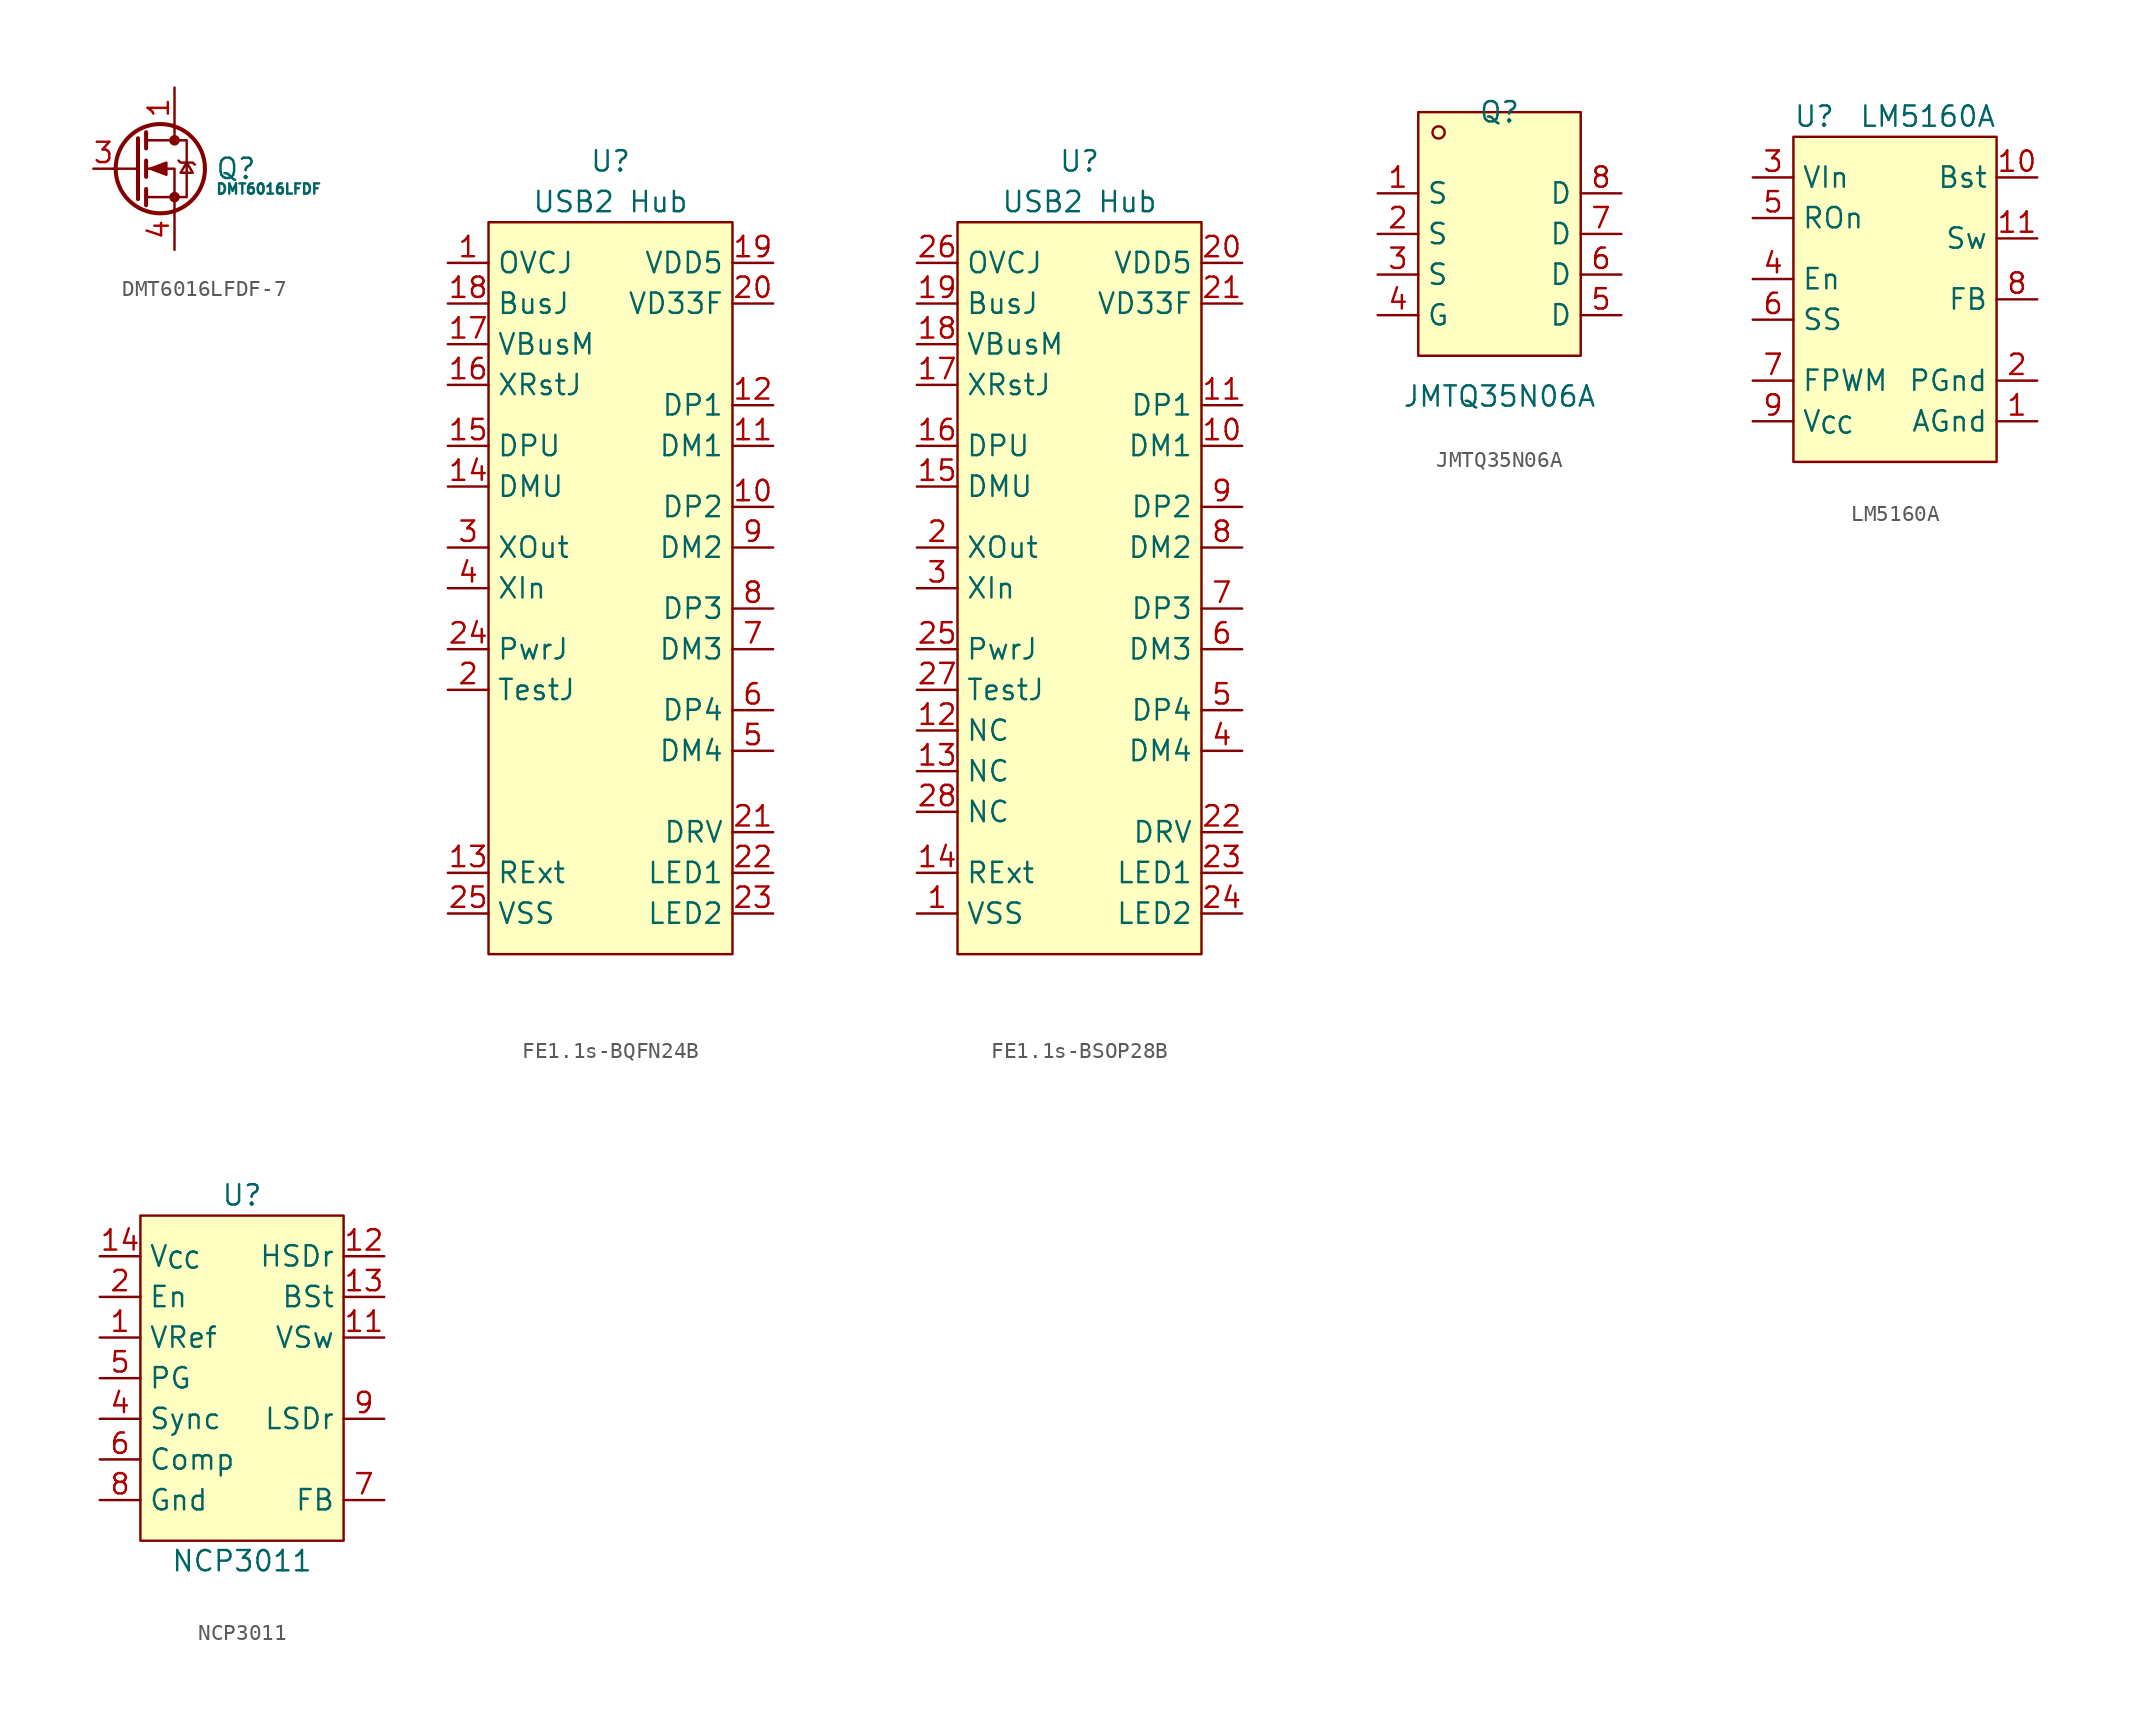
<source format=kicad_sym>
(kicad_symbol_lib
  (version 20220914)
  (generator https://github.com/uPesy/easyeda2kicad.py)
  (symbol "DMT6016LFDF-7"
    (pin_names hide)
    (property "Reference" "Q"
      (at 3.81 0 0)
      (effects (font (size 1.27 1.27)) (justify left)))
    (property "Value" "DMT6016LFDF"
      (at 3.81 -1.27 0)
      (effects (font (size 0.635 0.635)) (justify left)))
    (symbol "DMT6016LFDF-7_0_1"
      (polyline (pts (xy -1.016 0) (xy -2.54 0)) (stroke (width 0) (type default)) (fill (type none)))
      (polyline (pts (xy -1.016 1.905) (xy -1.016 -1.905)) (stroke (width 0.254) (type default)) (fill (type none)))
      (polyline (pts (xy -0.508 -1.27) (xy -0.508 -2.286)) (stroke (width 0.254) (type default)) (fill (type none)))
      (polyline (pts (xy -0.508 0.508) (xy -0.508 -0.508)) (stroke (width 0.254) (type default)) (fill (type none)))
      (polyline (pts (xy -0.508 2.286) (xy -0.508 1.27)) (stroke (width 0.254) (type default)) (fill (type none)))
      (polyline (pts (xy 1.27 2.54) (xy 1.27 1.778)) (stroke (width 0) (type default)) (fill (type none)))
      (polyline (pts (xy 1.27 -2.54) (xy 1.27 0) (xy -0.508 0)) (stroke (width 0) (type default)) (fill (type none)))
      (polyline (pts (xy -0.508 -1.778) (xy 2.032 -1.778) (xy 2.032 1.778) (xy -0.508 1.778)) (stroke (width 0) (type default)) (fill (type none)))
      (polyline (pts (xy -0.254 0) (xy 0.762 0.381) (xy 0.762 -0.381) (xy -0.254 0)) (stroke (width 0) (type default)) (fill (type outline)))
      (polyline (pts (xy 1.524 0.508) (xy 1.651 0.381) (xy 2.413 0.381) (xy 2.54 0.254)) (stroke (width 0) (type default)) (fill (type none)))
      (polyline (pts (xy 2.032 0.381) (xy 1.651 -0.254) (xy 2.413 -0.254) (xy 2.032 0.381)) (stroke (width 0) (type default)) (fill (type none)))
      (circle (center 0.381 0) (radius 2.794) (stroke (width 0.254) (type default)) (fill (type none)))
      (circle (center 1.27 -1.778) (radius 0.254) (stroke (width 0) (type default)) (fill (type outline)))
      (circle (center 1.27 1.778) (radius 0.254) (stroke (width 0) (type default)) (fill (type outline)))
      (pin unspecified line (at 1.27 5.08 270) (length 2.54) (name "D" (effects (font (size 1.27 1.27)))) (number "1" (effects (font (size 1.27 1.27)))))
      (pin unspecified line (at 1.27 -5.08 90) (length 2.54) (name "S" (effects (font (size 1.27 1.27)))) (number "4" (effects (font (size 1.27 1.27))))))
    (symbol "DMT6016LFDF-7_1_1"
      (pin unspecified line (at 1.27 5.08 270) (length 2.54) hide (name "D" (effects (font (size 1.27 1.27)))) (number "2" (effects (font (size 1.27 1.27)))))
      (pin unspecified line (at -3.81 0 0) (length 1.27) (name "G" (effects (font (size 1.27 1.27)))) (number "3" (effects (font (size 1.27 1.27)))))
      (pin unspecified line (at 1.27 5.08 270) (length 2.54) hide (name "D" (effects (font (size 1.27 1.27)))) (number "5" (effects (font (size 1.27 1.27)))))
      (pin unspecified line (at 1.27 5.08 270) (length 2.54) hide (name "D" (effects (font (size 1.27 1.27)))) (number "6" (effects (font (size 1.27 1.27)))))
      (pin unspecified line (at 1.27 -5.08 90) (length 2.54) hide (name "S" (effects (font (size 1.27 1.27)))) (number "7" (effects (font (size 1.27 1.27)))))
      (pin unspecified line (at 1.27 5.08 270) (length 2.54) hide (name "D" (effects (font (size 1.27 1.27)))) (number "8" (effects (font (size 1.27 1.27)))))))
  (symbol "FE1.1s-BQFN24B"
    (property "Reference" "U"
      (at 0 26.67 0)
      (effects (font (size 1.27 1.27))))
    (property "Value" "USB2 Hub"
      (at 0 24.13 0)
      (effects (font (size 1.27 1.27))))
    (symbol "FE1.1s-BQFN24B_0_0"
      (pin unspecified line (at -10.16 0 0) (length 2.54) (name "XIn" (effects (font (size 1.27 1.27)))) (number "4" (effects (font (size 1.27 1.27))))))
    (symbol "FE1.1s-BQFN24B_1_0"
      (pin unspecified line (at -10.16 20.32 0) (length 2.54) (name "OVCJ" (effects (font (size 1.27 1.27)))) (number "1" (effects (font (size 1.27 1.27)))))
      (pin unspecified line (at 10.16 5.08 180) (length 2.54) (name "DP2" (effects (font (size 1.27 1.27)))) (number "10" (effects (font (size 1.27 1.27)))))
      (pin unspecified line (at 10.16 8.89 180) (length 2.54) (name "DM1" (effects (font (size 1.27 1.27)))) (number "11" (effects (font (size 1.27 1.27)))))
      (pin unspecified line (at 10.16 11.43 180) (length 2.54) (name "DP1" (effects (font (size 1.27 1.27)))) (number "12" (effects (font (size 1.27 1.27)))))
      (pin unspecified line (at -10.16 -17.78 0) (length 2.54) (name "RExt" (effects (font (size 1.27 1.27)))) (number "13" (effects (font (size 1.27 1.27)))))
      (pin unspecified line (at -10.16 6.35 0) (length 2.54) (name "DMU" (effects (font (size 1.27 1.27)))) (number "14" (effects (font (size 1.27 1.27)))))
      (pin unspecified line (at -10.16 8.89 0) (length 2.54) (name "DPU" (effects (font (size 1.27 1.27)))) (number "15" (effects (font (size 1.27 1.27)))))
      (pin unspecified line (at -10.16 12.7 0) (length 2.54) (name "XRstJ" (effects (font (size 1.27 1.27)))) (number "16" (effects (font (size 1.27 1.27)))))
      (pin unspecified line (at -10.16 15.24 0) (length 2.54) (name "VBusM" (effects (font (size 1.27 1.27)))) (number "17" (effects (font (size 1.27 1.27)))))
      (pin unspecified line (at -10.16 17.78 0) (length 2.54) (name "BusJ" (effects (font (size 1.27 1.27)))) (number "18" (effects (font (size 1.27 1.27)))))
      (pin unspecified line (at 10.16 20.32 180) (length 2.54) (name "VDD5" (effects (font (size 1.27 1.27)))) (number "19" (effects (font (size 1.27 1.27)))))
      (pin unspecified line (at -10.16 -6.35 0) (length 2.54) (name "TestJ" (effects (font (size 1.27 1.27)))) (number "2" (effects (font (size 1.27 1.27)))))
      (pin unspecified line (at 10.16 17.78 180) (length 2.54) (name "VD33F" (effects (font (size 1.27 1.27)))) (number "20" (effects (font (size 1.27 1.27)))))
      (pin unspecified line (at 10.16 -15.24 180) (length 2.54) (name "DRV" (effects (font (size 1.27 1.27)))) (number "21" (effects (font (size 1.27 1.27)))))
      (pin unspecified line (at 10.16 -17.78 180) (length 2.54) (name "LED1" (effects (font (size 1.27 1.27)))) (number "22" (effects (font (size 1.27 1.27)))))
      (pin unspecified line (at 10.16 -20.32 180) (length 2.54) (name "LED2" (effects (font (size 1.27 1.27)))) (number "23" (effects (font (size 1.27 1.27)))))
      (pin unspecified line (at -10.16 -3.81 0) (length 2.54) (name "PwrJ" (effects (font (size 1.27 1.27)))) (number "24" (effects (font (size 1.27 1.27)))))
      (pin unspecified line (at -10.16 -20.32 0) (length 2.54) (name "VSS" (effects (font (size 1.27 1.27)))) (number "25" (effects (font (size 1.27 1.27)))))
      (pin unspecified line (at -10.16 2.54 0) (length 2.54) (name "XOut" (effects (font (size 1.27 1.27)))) (number "3" (effects (font (size 1.27 1.27)))))
      (pin unspecified line (at 10.16 -10.16 180) (length 2.54) (name "DM4" (effects (font (size 1.27 1.27)))) (number "5" (effects (font (size 1.27 1.27)))))
      (pin unspecified line (at 10.16 -7.62 180) (length 2.54) (name "DP4" (effects (font (size 1.27 1.27)))) (number "6" (effects (font (size 1.27 1.27)))))
      (pin unspecified line (at 10.16 -3.81 180) (length 2.54) (name "DM3" (effects (font (size 1.27 1.27)))) (number "7" (effects (font (size 1.27 1.27)))))
      (pin unspecified line (at 10.16 -1.27 180) (length 2.54) (name "DP3" (effects (font (size 1.27 1.27)))) (number "8" (effects (font (size 1.27 1.27)))))
      (pin unspecified line (at 10.16 2.54 180) (length 2.54) (name "DM2" (effects (font (size 1.27 1.27)))) (number "9" (effects (font (size 1.27 1.27))))))
    (symbol "FE1.1s-BQFN24B_1_1"
      (rectangle (start -7.62 22.86) (end 7.62 -22.86) (stroke (width 0) (type default)) (fill (type background)))))
  (symbol "FE1.1s-BSOP28B"
    (property "Reference" "U"
      (at 0 26.67 0)
      (effects (font (size 1.27 1.27))))
    (property "Value" "USB2 Hub"
      (at 0 24.13 0)
      (effects (font (size 1.27 1.27))))
    (symbol "FE1.1s-BSOP28B_0_0"
      (pin unspecified line (at -10.16 -20.32 0) (length 2.54) (name "VSS" (effects (font (size 1.27 1.27)))) (number "1" (effects (font (size 1.27 1.27)))))
      (pin unspecified line (at 10.16 8.89 180) (length 2.54) (name "DM1" (effects (font (size 1.27 1.27)))) (number "10" (effects (font (size 1.27 1.27)))))
      (pin unspecified line (at 10.16 11.43 180) (length 2.54) (name "DP1" (effects (font (size 1.27 1.27)))) (number "11" (effects (font (size 1.27 1.27)))))
      (pin unspecified line (at -10.16 -8.89 0) (length 2.54) (name "NC" (effects (font (size 1.27 1.27)))) (number "12" (effects (font (size 1.27 1.27)))))
      (pin unspecified line (at -10.16 -11.43 0) (length 2.54) (name "NC" (effects (font (size 1.27 1.27)))) (number "13" (effects (font (size 1.27 1.27)))))
      (pin unspecified line (at -10.16 -17.78 0) (length 2.54) (name "RExt" (effects (font (size 1.27 1.27)))) (number "14" (effects (font (size 1.27 1.27)))))
      (pin unspecified line (at -10.16 6.35 0) (length 2.54) (name "DMU" (effects (font (size 1.27 1.27)))) (number "15" (effects (font (size 1.27 1.27)))))
      (pin unspecified line (at -10.16 8.89 0) (length 2.54) (name "DPU" (effects (font (size 1.27 1.27)))) (number "16" (effects (font (size 1.27 1.27)))))
      (pin unspecified line (at -10.16 2.54 0) (length 2.54) (name "XOut" (effects (font (size 1.27 1.27)))) (number "2" (effects (font (size 1.27 1.27)))))
      (pin unspecified line (at 10.16 20.32 180) (length 2.54) (name "VDD5" (effects (font (size 1.27 1.27)))) (number "20" (effects (font (size 1.27 1.27)))))
      (pin unspecified line (at 10.16 17.78 180) (length 2.54) (name "VD33F" (effects (font (size 1.27 1.27)))) (number "21" (effects (font (size 1.27 1.27)))))
      (pin unspecified line (at 10.16 -15.24 180) (length 2.54) (name "DRV" (effects (font (size 1.27 1.27)))) (number "22" (effects (font (size 1.27 1.27)))))
      (pin unspecified line (at 10.16 -17.78 180) (length 2.54) (name "LED1" (effects (font (size 1.27 1.27)))) (number "23" (effects (font (size 1.27 1.27)))))
      (pin unspecified line (at 10.16 -20.32 180) (length 2.54) (name "LED2" (effects (font (size 1.27 1.27)))) (number "24" (effects (font (size 1.27 1.27)))))
      (pin unspecified line (at -10.16 -3.81 0) (length 2.54) (name "PwrJ" (effects (font (size 1.27 1.27)))) (number "25" (effects (font (size 1.27 1.27)))))
      (pin unspecified line (at -10.16 20.32 0) (length 2.54) (name "OVCJ" (effects (font (size 1.27 1.27)))) (number "26" (effects (font (size 1.27 1.27)))))
      (pin unspecified line (at -10.16 -6.35 0) (length 2.54) (name "TestJ" (effects (font (size 1.27 1.27)))) (number "27" (effects (font (size 1.27 1.27)))))
      (pin unspecified line (at -10.16 -13.97 0) (length 2.54) (name "NC" (effects (font (size 1.27 1.27)))) (number "28" (effects (font (size 1.27 1.27)))))
      (pin unspecified line (at -10.16 0 0) (length 2.54) (name "XIn" (effects (font (size 1.27 1.27)))) (number "3" (effects (font (size 1.27 1.27)))))
      (pin unspecified line (at 10.16 -10.16 180) (length 2.54) (name "DM4" (effects (font (size 1.27 1.27)))) (number "4" (effects (font (size 1.27 1.27)))))
      (pin unspecified line (at 10.16 -7.62 180) (length 2.54) (name "DP4" (effects (font (size 1.27 1.27)))) (number "5" (effects (font (size 1.27 1.27)))))
      (pin unspecified line (at 10.16 -3.81 180) (length 2.54) (name "DM3" (effects (font (size 1.27 1.27)))) (number "6" (effects (font (size 1.27 1.27)))))
      (pin unspecified line (at 10.16 -1.27 180) (length 2.54) (name "DP3" (effects (font (size 1.27 1.27)))) (number "7" (effects (font (size 1.27 1.27)))))
      (pin unspecified line (at 10.16 2.54 180) (length 2.54) (name "DM2" (effects (font (size 1.27 1.27)))) (number "8" (effects (font (size 1.27 1.27)))))
      (pin unspecified line (at 10.16 5.08 180) (length 2.54) (name "DP2" (effects (font (size 1.27 1.27)))) (number "9" (effects (font (size 1.27 1.27))))))
    (symbol "FE1.1s-BSOP28B_1_0"
      (pin unspecified line (at -10.16 12.7 0) (length 2.54) (name "XRstJ" (effects (font (size 1.27 1.27)))) (number "17" (effects (font (size 1.27 1.27)))))
      (pin unspecified line (at -10.16 15.24 0) (length 2.54) (name "VBusM" (effects (font (size 1.27 1.27)))) (number "18" (effects (font (size 1.27 1.27)))))
      (pin unspecified line (at -10.16 17.78 0) (length 2.54) (name "BusJ" (effects (font (size 1.27 1.27)))) (number "19" (effects (font (size 1.27 1.27))))))
    (symbol "FE1.1s-BSOP28B_1_1"
      (rectangle (start -7.62 22.86) (end 7.62 -22.86) (stroke (width 0) (type default)) (fill (type background)))))
  (symbol "JMTQ35N06A"
    (property "Reference" "Q"
      (at 0 7.62 0)
      (effects (font (size 1.27 1.27))))
    (property "Value" "JMTQ35N06A"
      (at 0 -10.16 0)
      (effects (font (size 1.27 1.27))))
    (symbol "JMTQ35N06A_0_1"
      (rectangle (start -5.08 7.62) (end 5.08 -7.62) (stroke (width 0) (type default) (color 0 0 0 0)) (fill (type background)))
      (circle (center -3.81 6.35) (radius 0.38) (stroke (width 0) (type default) (color 0 0 0 0)) (fill (type none)))
      (pin unspecified line (at 7.62 2.54 180) (length 2.54) (name "D" (effects (font (size 1.27 1.27)))) (number "8" (effects (font (size 1.27 1.27)))))
      (pin unspecified line (at 7.62 -0.00 180) (length 2.54) (name "D" (effects (font (size 1.27 1.27)))) (number "7" (effects (font (size 1.27 1.27)))))
      (pin unspecified line (at 7.62 -2.54 180) (length 2.54) (name "D" (effects (font (size 1.27 1.27)))) (number "6" (effects (font (size 1.27 1.27)))))
      (pin unspecified line (at 7.62 -5.08 180) (length 2.54) (name "D" (effects (font (size 1.27 1.27)))) (number "5" (effects (font (size 1.27 1.27)))))
      (pin unspecified line (at -7.62 -5.08 0) (length 2.54) (name "G" (effects (font (size 1.27 1.27)))) (number "4" (effects (font (size 1.27 1.27)))))
      (pin unspecified line (at -7.62 -2.54 0) (length 2.54) (name "S" (effects (font (size 1.27 1.27)))) (number "3" (effects (font (size 1.27 1.27)))))
      (pin unspecified line (at -7.62 -0.00 0) (length 2.54) (name "S" (effects (font (size 1.27 1.27)))) (number "2" (effects (font (size 1.27 1.27)))))
      (pin unspecified line (at -7.62 2.54 0) (length 2.54) (name "S" (effects (font (size 1.27 1.27)))) (number "1" (effects (font (size 1.27 1.27)))))))
  (symbol "LM5160A"
    (property "Reference" "U"
      (at -6.35 11.43 0)
      (effects (font (size 1.27 1.27)) (justify left)))
    (property "Value" "LM5160A"
      (at 6.35 11.43 0)
      (effects (font (size 1.27 1.27)) (justify right)))
    (symbol "LM5160A_0_0"
      (pin unspecified line (at 8.89 -7.62 180) (length 2.54) (name "AGnd" (effects (font (size 1.27 1.27)))) (number "1" (effects (font (size 1.27 1.27)))))
      (pin unspecified line (at 8.89 7.62 180) (length 2.54) (name "Bst" (effects (font (size 1.27 1.27)))) (number "10" (effects (font (size 1.27 1.27)))))
      (pin unspecified line (at 8.89 3.81 180) (length 2.54) (name "Sw" (effects (font (size 1.27 1.27)))) (number "11" (effects (font (size 1.27 1.27)))))
      (pin unspecified line (at 8.89 -5.08 180) (length 2.54) (name "PGnd" (effects (font (size 1.27 1.27)))) (number "2" (effects (font (size 1.27 1.27)))))
      (pin unspecified line (at -8.89 7.62 0) (length 2.54) (name "VIn" (effects (font (size 1.27 1.27)))) (number "3" (effects (font (size 1.27 1.27)))))
      (pin unspecified line (at -8.89 5.08 0) (length 2.54) (name "ROn" (effects (font (size 1.27 1.27)))) (number "5" (effects (font (size 1.27 1.27)))))
      (pin unspecified line (at -8.89 -1.27 0) (length 2.54) (name "SS" (effects (font (size 1.27 1.27)))) (number "6" (effects (font (size 1.27 1.27)))))
      (pin unspecified line (at -8.89 -5.08 0) (length 2.54) (name "FPWM" (effects (font (size 1.27 1.27)))) (number "7" (effects (font (size 1.27 1.27)))))
      (pin unspecified line (at 8.89 0 180) (length 2.54) (name "FB" (effects (font (size 1.27 1.27)))) (number "8" (effects (font (size 1.27 1.27)))))
      (pin unspecified line (at -8.89 -7.62 0) (length 2.54) (name "V_{CC}" (effects (font (size 1.27 1.27)))) (number "9" (effects (font (size 1.27 1.27))))))
    (symbol "LM5160A_1_0"
      (pin unspecified line (at 8.89 3.81 180) (length 2.54) hide (name "Sw" (effects (font (size 1.27 1.27)))) (number "12" (effects (font (size 1.27 1.27)))))
      (pin unspecified line (at 8.89 -5.08 180) (length 2.54) hide (name "EP" (effects (font (size 1.27 1.27)))) (number "13" (effects (font (size 1.27 1.27)))))
      (pin unspecified line (at -8.89 1.27 0) (length 2.54) (name "En" (effects (font (size 1.27 1.27)))) (number "4" (effects (font (size 1.27 1.27))))))
    (symbol "LM5160A_1_1"
      (rectangle (start -6.35 10.16) (end 6.35 -10.16) (stroke (width 0) (type default)) (fill (type background)))))
  (symbol "NCP3011"
    (property "Reference" "U"
      (at 0 11.43 0)
      (effects (font (size 1.27 1.27))))
    (property "Value" "NCP3011"
      (at 0 -11.43 0)
      (effects (font (size 1.27 1.27))))
    (symbol "NCP3011_0_0"
      (pin unspecified line (at -8.89 2.54 0) (length 2.54) (name "VRef" (effects (font (size 1.27 1.27)))) (number "1" (effects (font (size 1.27 1.27)))))
      (pin unspecified line (at 8.89 2.54 180) (length 2.54) (name "VSw" (effects (font (size 1.27 1.27)))) (number "11" (effects (font (size 1.27 1.27)))))
      (pin unspecified line (at 8.89 7.62 180) (length 2.54) (name "HSDr" (effects (font (size 1.27 1.27)))) (number "12" (effects (font (size 1.27 1.27)))))
      (pin unspecified line (at -8.89 7.62 0) (length 2.54) (name "V_{CC}" (effects (font (size 1.27 1.27)))) (number "14" (effects (font (size 1.27 1.27)))))
      (pin unspecified line (at -8.89 5.08 0) (length 2.54) (name "En" (effects (font (size 1.27 1.27)))) (number "2" (effects (font (size 1.27 1.27)))))
      (pin unspecified line (at -8.89 -2.54 0) (length 2.54) (name "Sync" (effects (font (size 1.27 1.27)))) (number "4" (effects (font (size 1.27 1.27)))))
      (pin unspecified line (at -8.89 0 0) (length 2.54) (name "PG" (effects (font (size 1.27 1.27)))) (number "5" (effects (font (size 1.27 1.27)))))
      (pin unspecified line (at -8.89 -5.08 0) (length 2.54) (name "Comp" (effects (font (size 1.27 1.27)))) (number "6" (effects (font (size 1.27 1.27)))))
      (pin unspecified line (at 8.89 -7.62 180) (length 2.54) (name "FB" (effects (font (size 1.27 1.27)))) (number "7" (effects (font (size 1.27 1.27)))))
      (pin unspecified line (at -8.89 -7.62 0) (length 2.54) (name "Gnd" (effects (font (size 1.27 1.27)))) (number "8" (effects (font (size 1.27 1.27)))))
      (pin unspecified line (at 8.89 -2.54 180) (length 2.54) (name "LSDr" (effects (font (size 1.27 1.27)))) (number "9" (effects (font (size 1.27 1.27))))))
    (symbol "NCP3011_1_0"
      (pin unspecified line (at 8.89 5.08 180) (length 2.54) (name "BSt" (effects (font (size 1.27 1.27)))) (number "13" (effects (font (size 1.27 1.27))))))
    (symbol "NCP3011_1_1"
      (rectangle (start -6.35 10.16) (end 6.35 -10.16) (stroke (width 0) (type default)) (fill (type background))))))
</source>
